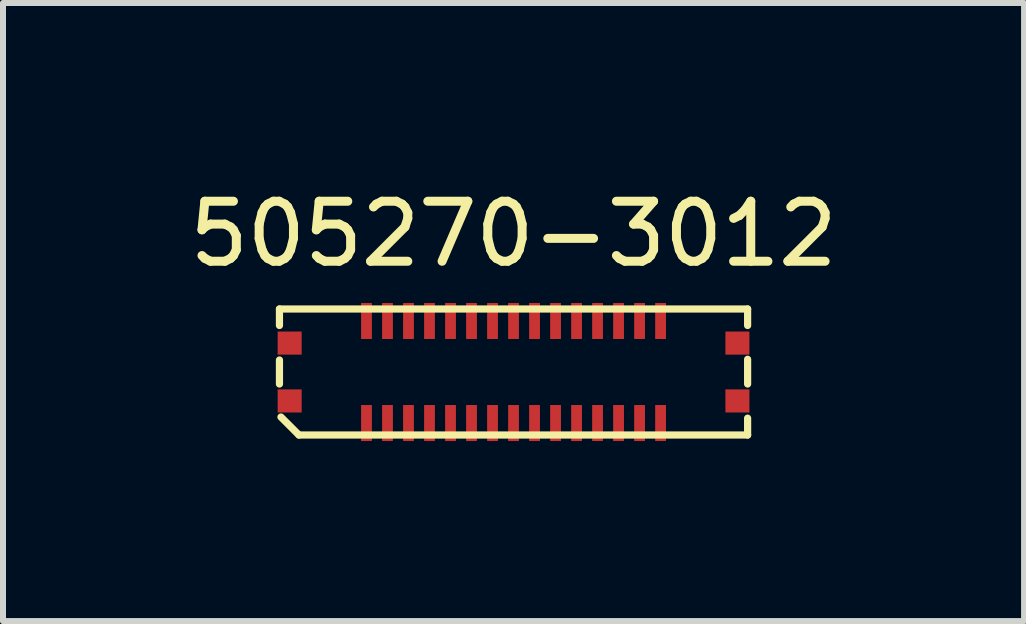
<source format=kicad_pcb>
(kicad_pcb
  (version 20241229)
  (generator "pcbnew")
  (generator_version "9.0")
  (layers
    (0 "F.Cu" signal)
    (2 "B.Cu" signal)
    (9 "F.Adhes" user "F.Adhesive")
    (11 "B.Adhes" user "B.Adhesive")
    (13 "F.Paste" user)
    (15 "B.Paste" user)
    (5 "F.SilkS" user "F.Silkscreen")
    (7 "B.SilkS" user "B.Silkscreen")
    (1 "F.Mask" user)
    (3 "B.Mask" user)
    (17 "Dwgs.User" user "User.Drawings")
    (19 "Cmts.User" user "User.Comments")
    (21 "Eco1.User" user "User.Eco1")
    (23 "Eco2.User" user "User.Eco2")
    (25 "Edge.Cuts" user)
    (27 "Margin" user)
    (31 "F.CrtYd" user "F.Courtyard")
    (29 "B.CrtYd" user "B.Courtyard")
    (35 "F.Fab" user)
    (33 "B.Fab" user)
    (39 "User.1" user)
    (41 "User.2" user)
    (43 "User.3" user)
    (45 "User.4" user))
  (footprint "505270-3012"
    (layer "F.Cu")
    (at 5.506 3.148)
    (property "Reference" "505270-3012" (at 0 -2.3 180) (layer "F.SilkS") (effects (font (size 1 1) (thickness 0.15))))
    (attr through_hole)
    (fp_line (start -3.9 -1.05) (end -3.9 -0.775) (stroke (width 0.12) (type solid)) (layer "F.SilkS"))
    (fp_line (start -3.9 -1.05) (end 3.9 -1.05) (stroke (width 0.12) (type solid)) (layer "F.SilkS"))
    (fp_line (start -3.9 0.2) (end -3.9 -0.2) (stroke (width 0.12) (type solid)) (layer "F.SilkS"))
    (fp_line (start -3.875 0.75) (end -3.575 1.05) (stroke (width 0.12) (type solid)) (layer "F.SilkS"))
    (fp_line (start -3.575 1.05) (end 3.9 1.05) (stroke (width 0.12) (type solid)) (layer "F.SilkS"))
    (fp_line (start 3.9 -1.05) (end 3.9 -0.775) (stroke (width 0.12) (type solid)) (layer "F.SilkS"))
    (fp_line (start 3.9 -0.212) (end 3.9 0.2) (stroke (width 0.12) (type solid)) (layer "F.SilkS"))
    (fp_line (start 3.9 0.769) (end 3.9 1.05) (stroke (width 0.12) (type solid)) (layer "F.SilkS"))
    (pad "1" smd rect (at -2.45 0.85) (size 0.18 0.6) (layers "F.Cu" "F.Mask" "F.Paste"))
    (pad "2" smd rect (at -2.45 -0.85) (size 0.18 0.6) (layers "F.Cu" "F.Mask" "F.Paste"))
    (pad "3" smd rect (at -2.1 0.85) (size 0.18 0.6) (layers "F.Cu" "F.Mask" "F.Paste"))
    (pad "4" smd rect (at -2.1 -0.85) (size 0.18 0.6) (layers "F.Cu" "F.Mask" "F.Paste"))
    (pad "5" smd rect (at -1.75 0.85) (size 0.18 0.6) (layers "F.Cu" "F.Mask" "F.Paste"))
    (pad "6" smd rect (at -1.75 -0.85) (size 0.18 0.6) (layers "F.Cu" "F.Mask" "F.Paste"))
    (pad "7" smd rect (at -1.4 0.85) (size 0.18 0.6) (layers "F.Cu" "F.Mask" "F.Paste"))
    (pad "8" smd rect (at -1.4 -0.85) (size 0.18 0.6) (layers "F.Cu" "F.Mask" "F.Paste"))
    (pad "9" smd rect (at -1.05 0.85) (size 0.18 0.6) (layers "F.Cu" "F.Mask" "F.Paste"))
    (pad "10" smd rect (at -1.05 -0.85) (size 0.18 0.6) (layers "F.Cu" "F.Mask" "F.Paste"))
    (pad "11" smd rect (at -0.7 0.85) (size 0.18 0.6) (layers "F.Cu" "F.Mask" "F.Paste"))
    (pad "12" smd rect (at -0.7 -0.85) (size 0.18 0.6) (layers "F.Cu" "F.Mask" "F.Paste"))
    (pad "13" smd rect (at -0.35 0.85) (size 0.18 0.6) (layers "F.Cu" "F.Mask" "F.Paste"))
    (pad "14" smd rect (at -0.35 -0.85) (size 0.18 0.6) (layers "F.Cu" "F.Mask" "F.Paste"))
    (pad "15" smd rect (at 0 0.85) (size 0.18 0.6) (layers "F.Cu" "F.Mask" "F.Paste"))
    (pad "16" smd rect (at 0 -0.85) (size 0.18 0.6) (layers "F.Cu" "F.Mask" "F.Paste"))
    (pad "17" smd rect (at 0.35 0.85) (size 0.18 0.6) (layers "F.Cu" "F.Mask" "F.Paste"))
    (pad "18" smd rect (at 0.35 -0.85) (size 0.18 0.6) (layers "F.Cu" "F.Mask" "F.Paste"))
    (pad "19" smd rect (at 0.7 0.85) (size 0.18 0.6) (layers "F.Cu" "F.Mask" "F.Paste"))
    (pad "20" smd rect (at 0.7 -0.85) (size 0.18 0.6) (layers "F.Cu" "F.Mask" "F.Paste"))
    (pad "21" smd rect (at 1.05 0.85) (size 0.18 0.6) (layers "F.Cu" "F.Mask" "F.Paste"))
    (pad "22" smd rect (at 1.05 -0.85) (size 0.18 0.6) (layers "F.Cu" "F.Mask" "F.Paste"))
    (pad "23" smd rect (at 1.4 0.85) (size 0.18 0.6) (layers "F.Cu" "F.Mask" "F.Paste"))
    (pad "24" smd rect (at 1.4 -0.85) (size 0.18 0.6) (layers "F.Cu" "F.Mask" "F.Paste"))
    (pad "25" smd rect (at 1.75 0.85) (size 0.18 0.6) (layers "F.Cu" "F.Mask" "F.Paste"))
    (pad "26" smd rect (at 1.75 -0.85) (size 0.18 0.6) (layers "F.Cu" "F.Mask" "F.Paste"))
    (pad "27" smd rect (at 2.1 0.85) (size 0.18 0.6) (layers "F.Cu" "F.Mask" "F.Paste"))
    (pad "28" smd rect (at 2.1 -0.85) (size 0.18 0.6) (layers "F.Cu" "F.Mask" "F.Paste"))
    (pad "29" smd rect (at 2.45 0.85) (size 0.18 0.6) (layers "F.Cu" "F.Mask" "F.Paste"))
    (pad "30" smd rect (at 2.45 -0.85) (size 0.18 0.6) (layers "F.Cu" "F.Mask" "F.Paste"))
    (pad "MP" smd rect (at -3.73 -0.482) (size 0.4 0.385) (layers "F.Cu" "F.Mask" "F.Paste"))
    (pad "MP" smd rect (at -3.73 0.482) (size 0.4 0.385) (layers "F.Cu" "F.Mask" "F.Paste"))
    (pad "MP" smd rect (at 3.73 -0.482) (size 0.4 0.385) (layers "F.Cu" "F.Mask" "F.Paste"))
    (pad "MP" smd rect (at 3.73 0.482) (size 0.4 0.385) (layers "F.Cu" "F.Mask" "F.Paste")))
  (gr_rect
    (start -3 -3)
    (end 14.012 7.298)
    (stroke (width 0.1) (type default))
    (fill no)
    (layer "Edge.Cuts")))
</source>
